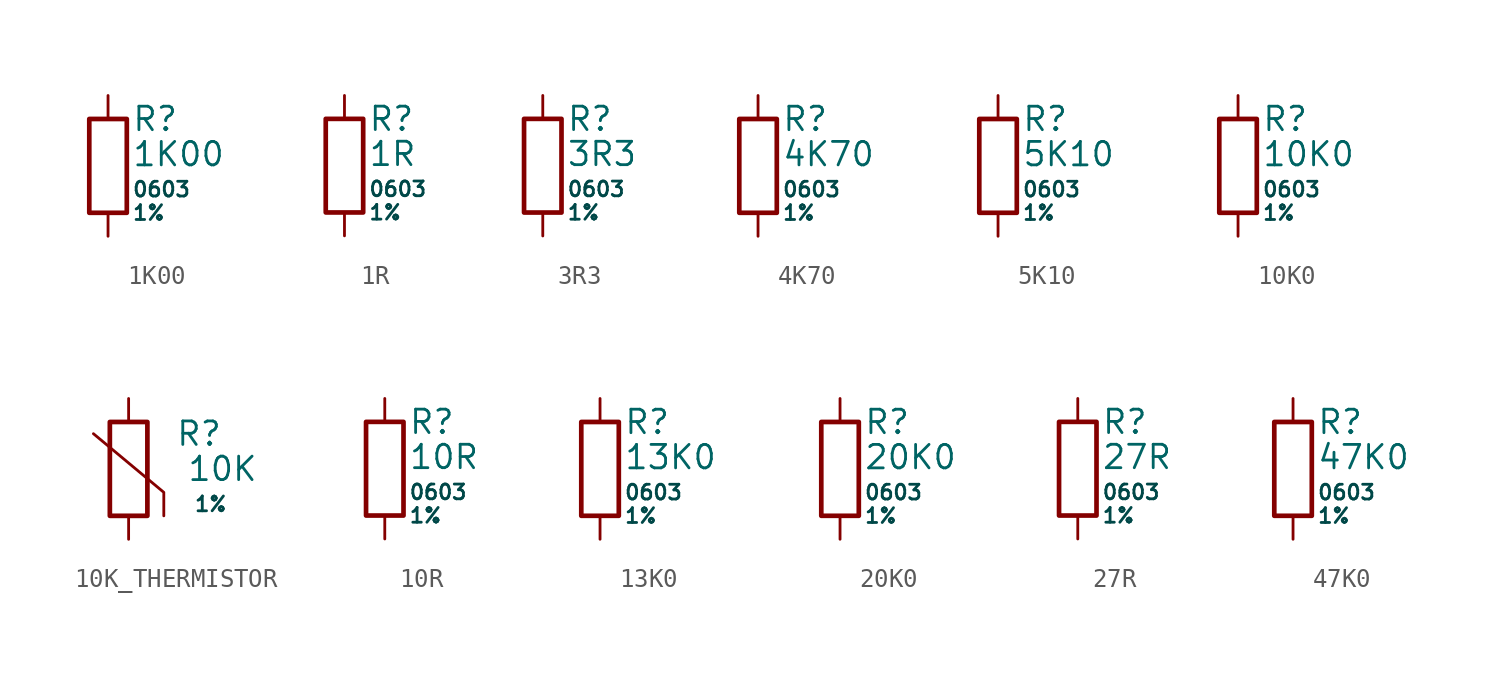
<source format=kicad_sym>
(kicad_symbol_lib
  (version 20220914)
  (generator kicad_symbol_editor)
  (symbol "1K00"
    (property "Reference" "R"
      (at 1.27 2.54 0)
      (effects (font (size 1.27 1.27)) (justify left)))
    (property "Value" "1K00"
      (at 1.27 0.635 0)
      (effects (font (size 1.27 1.27)) (justify left)))
    (property "Package Size" "0603"
      (at 1.27 -1.27 0)
      (effects (font (size 0.8 0.8) (color 0 72 72 1)) (justify left)))
    (property "Tolerance" "1%"
      (at 1.27 -2.54 0)
      (effects (font (size 0.8 0.8) (color 0 72 72 1)) (justify left)))
    (symbol "1K00_0_1"
      (rectangle (start -1.016 2.54) (end 1.016 -2.54) (stroke (width 0.254) (type default)) (fill (type none))))
    (symbol "1K00_1_1"
      (pin passive line (at 0 3.81 270) (length 1.27) (name "~" (effects (font (size 1.27 1.27)))) (number "1" (effects (font (size 0 0)))))
      (pin passive line (at 0 -3.81 90) (length 1.27) (name "~" (effects (font (size 1.27 1.27)))) (number "2" (effects (font (size 0 0)))))))
  (symbol "1R"
    (property "Reference" "R"
      (at 1.27 2.54 0)
      (effects (font (size 1.27 1.27)) (justify left)))
    (property "Value" "1R"
      (at 1.27 0.635 0)
      (effects (font (size 1.27 1.27)) (justify left)))
    (property "Package Size" "0603"
      (at 1.27 -1.27 0)
      (effects (font (size 0.8 0.8) (color 0 72 72 1)) (justify left)))
    (property "Tolerance" "1%"
      (at 1.27 -2.54 0)
      (effects (font (size 0.8 0.8) (color 0 72 72 1)) (justify left)))
    (symbol "1R_0_1"
      (rectangle (start -1.016 2.54) (end 1.016 -2.54) (stroke (width 0.254) (type default)) (fill (type none))))
    (symbol "1R_1_1"
      (pin passive line (at 0 3.81 270) (length 1.27) (name "~" (effects (font (size 1.27 1.27)))) (number "1" (effects (font (size 0 0)))))
      (pin passive line (at 0 -3.81 90) (length 1.27) (name "~" (effects (font (size 1.27 1.27)))) (number "2" (effects (font (size 0 0)))))))
  (symbol "3R3"
    (property "Reference" "R"
      (at 1.27 2.54 0)
      (effects (font (size 1.27 1.27)) (justify left)))
    (property "Value" "3R3"
      (at 1.27 0.635 0)
      (effects (font (size 1.27 1.27)) (justify left)))
    (property "Package Size" "0603"
      (at 1.27 -1.27 0)
      (effects (font (size 0.8 0.8) (color 0 72 72 1)) (justify left)))
    (property "Tolerance" "1%"
      (at 1.27 -2.54 0)
      (effects (font (size 0.8 0.8) (color 0 72 72 1)) (justify left)))
    (symbol "3R3_0_1"
      (rectangle (start -1.016 2.54) (end 1.016 -2.54) (stroke (width 0.254) (type default)) (fill (type none))))
    (symbol "3R3_1_1"
      (pin passive line (at 0 3.81 270) (length 1.27) (name "~" (effects (font (size 1.27 1.27)))) (number "1" (effects (font (size 0 0)))))
      (pin passive line (at 0 -3.81 90) (length 1.27) (name "~" (effects (font (size 1.27 1.27)))) (number "2" (effects (font (size 0 0)))))))
  (symbol "4K70"
    (property "Reference" "R"
      (at 1.27 2.54 0)
      (effects (font (size 1.27 1.27)) (justify left)))
    (property "Value" "4K70"
      (at 1.27 0.635 0)
      (effects (font (size 1.27 1.27)) (justify left)))
    (property "Package Size" "0603"
      (at 1.27 -1.27 0)
      (effects (font (size 0.8 0.8) (color 0 72 72 1)) (justify left)))
    (property "Tolerance" "1%"
      (at 1.27 -2.54 0)
      (effects (font (size 0.8 0.8) (color 0 72 72 1)) (justify left)))
    (symbol "4K70_0_1"
      (rectangle (start -1.016 2.54) (end 1.016 -2.54) (stroke (width 0.254) (type default)) (fill (type none))))
    (symbol "4K70_1_1"
      (pin passive line (at 0 3.81 270) (length 1.27) (name "~" (effects (font (size 1.27 1.27)))) (number "1" (effects (font (size 0 0)))))
      (pin passive line (at 0 -3.81 90) (length 1.27) (name "~" (effects (font (size 1.27 1.27)))) (number "2" (effects (font (size 0 0)))))))
  (symbol "5K10"
    (property "Reference" "R"
      (at 1.27 2.54 0)
      (effects (font (size 1.27 1.27)) (justify left)))
    (property "Value" "5K10"
      (at 1.27 0.635 0)
      (effects (font (size 1.27 1.27)) (justify left)))
    (property "Package Size" "0603"
      (at 1.27 -1.27 0)
      (effects (font (size 0.8 0.8) (color 0 72 72 1)) (justify left)))
    (property "Tolerance" "1%"
      (at 1.27 -2.54 0)
      (effects (font (size 0.8 0.8) (color 0 72 72 1)) (justify left)))
    (symbol "5K10_0_1"
      (rectangle (start -1.016 2.54) (end 1.016 -2.54) (stroke (width 0.254) (type default)) (fill (type none))))
    (symbol "5K10_1_1"
      (pin passive line (at 0 3.81 270) (length 1.27) (name "~" (effects (font (size 1.27 1.27)))) (number "1" (effects (font (size 0 0)))))
      (pin passive line (at 0 -3.81 90) (length 1.27) (name "~" (effects (font (size 1.27 1.27)))) (number "2" (effects (font (size 0 0)))))))
  (symbol "10K0"
    (property "Reference" "R"
      (at 1.27 2.54 0)
      (effects (font (size 1.27 1.27)) (justify left)))
    (property "Value" "10K0"
      (at 1.27 0.635 0)
      (effects (font (size 1.27 1.27)) (justify left)))
    (property "Package Size" "0603"
      (at 1.27 -1.27 0)
      (effects (font (size 0.8 0.8) (color 0 72 72 1)) (justify left)))
    (property "Tolerance" "1%"
      (at 1.27 -2.54 0)
      (effects (font (size 0.8 0.8) (color 0 72 72 1)) (justify left)))
    (symbol "10K0_0_1"
      (rectangle (start -1.016 2.54) (end 1.016 -2.54) (stroke (width 0.254) (type default)) (fill (type none))))
    (symbol "10K0_1_1"
      (pin passive line (at 0 3.81 270) (length 1.27) (name "~" (effects (font (size 1.27 1.27)))) (number "1" (effects (font (size 0 0)))))
      (pin passive line (at 0 -3.81 90) (length 1.27) (name "~" (effects (font (size 1.27 1.27)))) (number "2" (effects (font (size 0 0)))))))
  (symbol "10K_THERMISTOR"
    (property "Reference" "R"
      (at 3.81 1.905 0)
      (do_not_autoplace)
      (effects (font (size 1.27 1.27))))
    (property "Value" "10K"
      (at 5.08 0 0)
      (do_not_autoplace)
      (effects (font (size 1.27 1.27))))
    (property "Tolerance" "1%"
      (at 4.445 -1.905 0)
      (do_not_autoplace)
      (effects (font (size 0.8 0.8) (color 0 72 72 1))))
    (symbol "10K_THERMISTOR_0_1"
      (rectangle (start -1.016 2.54) (end 1.016 -2.54) (stroke (width 0.254) (type default)) (fill (type none)))
      (polyline (pts (xy 1.905 -2.54) (xy 1.905 -1.27) (xy -1.905 1.905)) (stroke (width 0) (type default)) (fill (type none))))
    (symbol "10K_THERMISTOR_1_1"
      (pin passive line (at 0 3.81 270) (length 1.27) (name "~" (effects (font (size 1.27 1.27)))) (number "1" (effects (font (size 0 0)))))
      (pin passive line (at 0 -3.81 90) (length 1.27) (name "~" (effects (font (size 1.27 1.27)))) (number "2" (effects (font (size 0 0)))))))
  (symbol "10R"
    (property "Reference" "R"
      (at 1.27 2.54 0)
      (effects (font (size 1.27 1.27)) (justify left)))
    (property "Value" "10R"
      (at 1.27 0.635 0)
      (effects (font (size 1.27 1.27)) (justify left)))
    (property "Package Size" "0603"
      (at 1.27 -1.27 0)
      (effects (font (size 0.8 0.8) (color 0 72 72 1)) (justify left)))
    (property "Tolerance" "1%"
      (at 1.27 -2.54 0)
      (effects (font (size 0.8 0.8) (color 0 72 72 1)) (justify left)))
    (symbol "10R_0_1"
      (rectangle (start -1.016 2.54) (end 1.016 -2.54) (stroke (width 0.254) (type default)) (fill (type none))))
    (symbol "10R_1_1"
      (pin passive line (at 0 3.81 270) (length 1.27) (name "~" (effects (font (size 1.27 1.27)))) (number "1" (effects (font (size 0 0)))))
      (pin passive line (at 0 -3.81 90) (length 1.27) (name "~" (effects (font (size 1.27 1.27)))) (number "2" (effects (font (size 0 0)))))))
  (symbol "13K0"
    (property "Reference" "R"
      (at 1.27 2.54 0)
      (effects (font (size 1.27 1.27)) (justify left)))
    (property "Value" "13K0"
      (at 1.27 0.635 0)
      (effects (font (size 1.27 1.27)) (justify left)))
    (property "Package Size" "0603"
      (at 1.27 -1.27 0)
      (effects (font (size 0.8 0.8) (color 0 72 72 1)) (justify left)))
    (property "Tolerance" "1%"
      (at 1.27 -2.54 0)
      (effects (font (size 0.8 0.8) (color 0 72 72 1)) (justify left)))
    (symbol "13K0_0_1"
      (rectangle (start -1.016 2.54) (end 1.016 -2.54) (stroke (width 0.254) (type default)) (fill (type none))))
    (symbol "13K0_1_1"
      (pin passive line (at 0 3.81 270) (length 1.27) (name "~" (effects (font (size 1.27 1.27)))) (number "1" (effects (font (size 0 0)))))
      (pin passive line (at 0 -3.81 90) (length 1.27) (name "~" (effects (font (size 1.27 1.27)))) (number "2" (effects (font (size 0 0)))))))
  (symbol "20K0"
    (property "Reference" "R"
      (at 1.27 2.54 0)
      (effects (font (size 1.27 1.27)) (justify left)))
    (property "Value" "20K0"
      (at 1.27 0.635 0)
      (effects (font (size 1.27 1.27)) (justify left)))
    (property "Package Size" "0603"
      (at 1.27 -1.27 0)
      (effects (font (size 0.8 0.8) (color 0 72 72 1)) (justify left)))
    (property "Tolerance" "1%"
      (at 1.27 -2.54 0)
      (effects (font (size 0.8 0.8) (color 0 72 72 1)) (justify left)))
    (symbol "20K0_0_1"
      (rectangle (start -1.016 2.54) (end 1.016 -2.54) (stroke (width 0.254) (type default)) (fill (type none))))
    (symbol "20K0_1_1"
      (pin passive line (at 0 3.81 270) (length 1.27) (name "~" (effects (font (size 1.27 1.27)))) (number "1" (effects (font (size 0 0)))))
      (pin passive line (at 0 -3.81 90) (length 1.27) (name "~" (effects (font (size 1.27 1.27)))) (number "2" (effects (font (size 0 0)))))))
  (symbol "27R"
    (property "Reference" "R"
      (at 1.27 2.54 0)
      (effects (font (size 1.27 1.27)) (justify left)))
    (property "Value" "27R"
      (at 1.27 0.635 0)
      (effects (font (size 1.27 1.27)) (justify left)))
    (property "Package Size" "0603"
      (at 1.27 -1.27 0)
      (effects (font (size 0.8 0.8) (color 0 72 72 1)) (justify left)))
    (property "Tolerance" "1%"
      (at 1.27 -2.54 0)
      (effects (font (size 0.8 0.8) (color 0 72 72 1)) (justify left)))
    (symbol "27R_0_1"
      (rectangle (start -1.016 2.54) (end 1.016 -2.54) (stroke (width 0.254) (type default)) (fill (type none))))
    (symbol "27R_1_1"
      (pin passive line (at 0 3.81 270) (length 1.27) (name "~" (effects (font (size 1.27 1.27)))) (number "1" (effects (font (size 0 0)))))
      (pin passive line (at 0 -3.81 90) (length 1.27) (name "~" (effects (font (size 1.27 1.27)))) (number "2" (effects (font (size 0 0)))))))
  (symbol "47K0"
    (property "Reference" "R"
      (at 1.27 2.54 0)
      (effects (font (size 1.27 1.27)) (justify left)))
    (property "Value" "47K0"
      (at 1.27 0.635 0)
      (effects (font (size 1.27 1.27)) (justify left)))
    (property "Package Size" "0603"
      (at 1.27 -1.27 0)
      (effects (font (size 0.8 0.8) (color 0 72 72 1)) (justify left)))
    (property "Tolerance" "1%"
      (at 1.27 -2.54 0)
      (effects (font (size 0.8 0.8) (color 0 72 72 1)) (justify left)))
    (symbol "47K0_0_1"
      (rectangle (start -1.016 2.54) (end 1.016 -2.54) (stroke (width 0.254) (type default)) (fill (type none))))
    (symbol "47K0_1_1"
      (pin passive line (at 0 3.81 270) (length 1.27) (name "~" (effects (font (size 1.27 1.27)))) (number "1" (effects (font (size 0 0)))))
      (pin passive line (at 0 -3.81 90) (length 1.27) (name "~" (effects (font (size 1.27 1.27)))) (number "2" (effects (font (size 0 0))))))))
</source>
